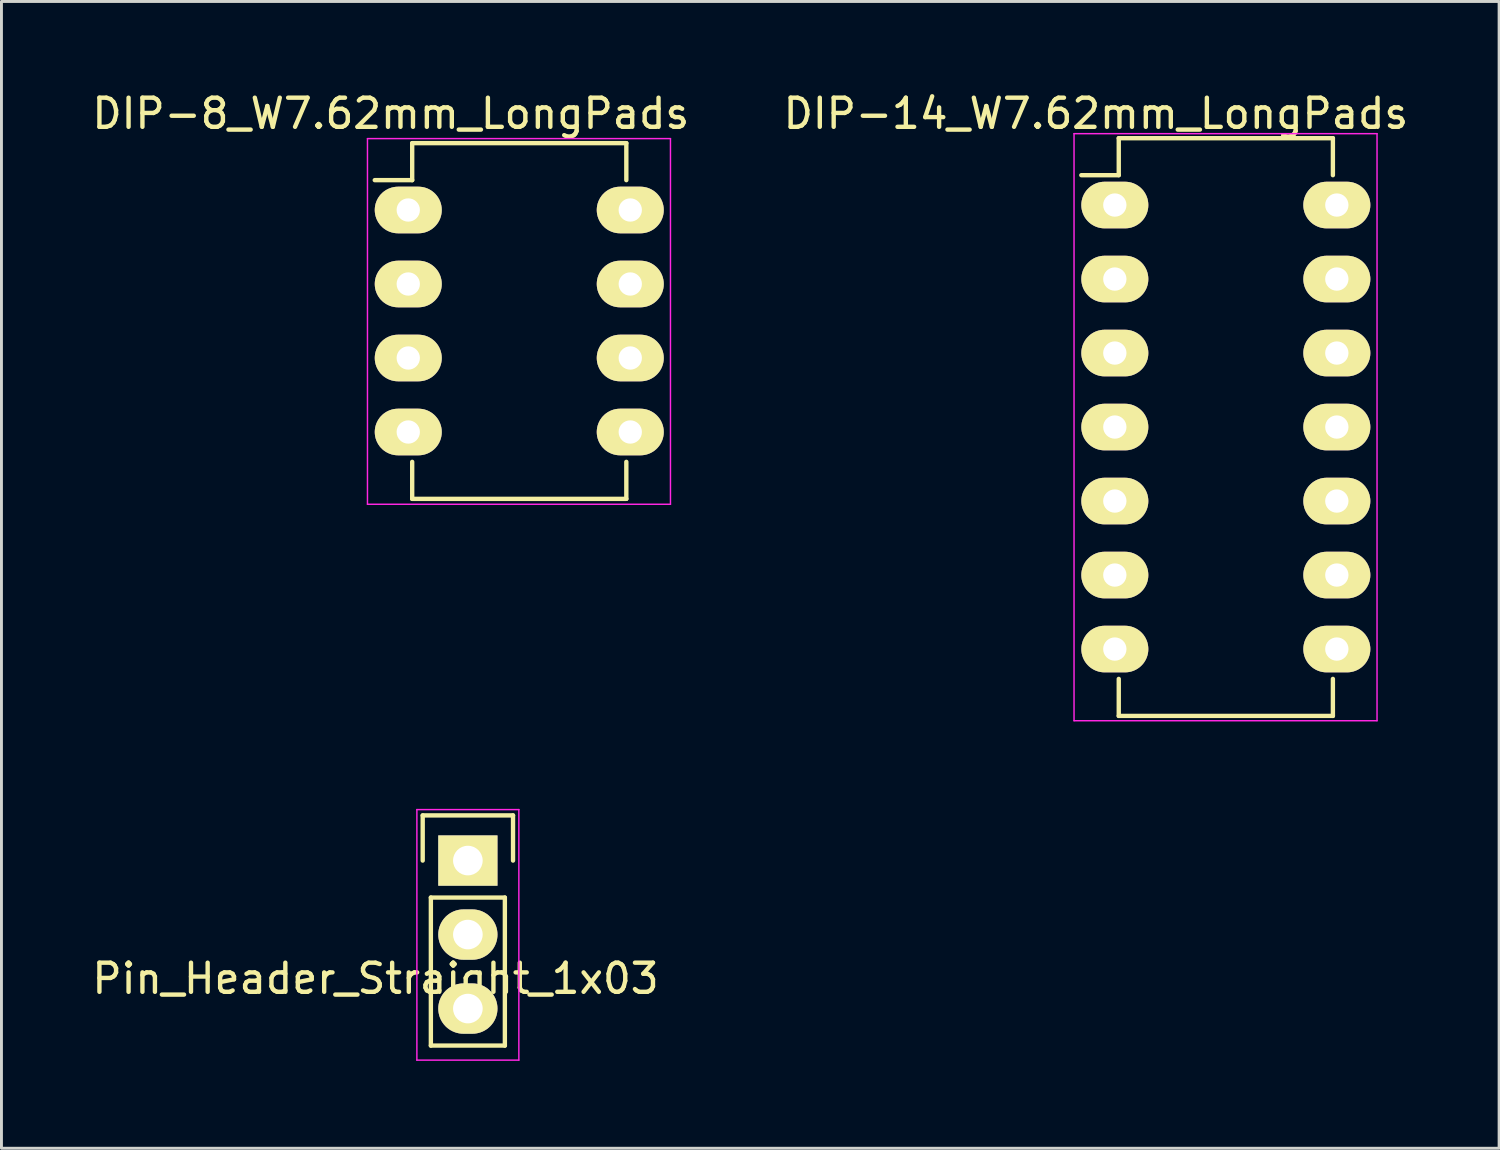
<source format=kicad_pcb>
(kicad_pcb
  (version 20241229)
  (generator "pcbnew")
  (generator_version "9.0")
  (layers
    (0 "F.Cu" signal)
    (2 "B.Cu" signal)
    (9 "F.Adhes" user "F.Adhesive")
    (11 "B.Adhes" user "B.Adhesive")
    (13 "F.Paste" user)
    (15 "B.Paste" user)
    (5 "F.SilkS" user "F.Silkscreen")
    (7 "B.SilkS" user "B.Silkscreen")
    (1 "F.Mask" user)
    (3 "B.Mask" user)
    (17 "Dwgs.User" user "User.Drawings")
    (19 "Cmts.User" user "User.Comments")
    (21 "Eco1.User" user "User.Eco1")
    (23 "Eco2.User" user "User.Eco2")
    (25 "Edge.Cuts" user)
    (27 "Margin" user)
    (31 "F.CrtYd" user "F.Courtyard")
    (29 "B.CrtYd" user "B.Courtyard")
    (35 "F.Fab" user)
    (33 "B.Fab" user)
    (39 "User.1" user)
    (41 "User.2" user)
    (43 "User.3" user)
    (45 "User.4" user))
  (footprint "Pin_Header_Straight_1x03"
    (layer "F.Cu")
    (at 13.009 26.488)
    (property "Reference" "Pin_Header_Straight_1x03" (at -3.17 4.05 0) (layer "F.SilkS") (effects (font (size 1 1) (thickness 0.15))))
    (attr through_hole)
    (fp_line (start -1.55 -1.55) (end 1.55 -1.55) (stroke (width 0.15) (type solid)) (layer "F.SilkS"))
    (fp_line (start -1.55 0) (end -1.55 -1.55) (stroke (width 0.15) (type solid)) (layer "F.SilkS"))
    (fp_line (start -1.27 1.27) (end -1.27 6.35) (stroke (width 0.15) (type solid)) (layer "F.SilkS"))
    (fp_line (start -1.27 6.35) (end 1.27 6.35) (stroke (width 0.15) (type solid)) (layer "F.SilkS"))
    (fp_line (start 1.27 1.27) (end -1.27 1.27) (stroke (width 0.15) (type solid)) (layer "F.SilkS"))
    (fp_line (start 1.27 6.35) (end 1.27 1.27) (stroke (width 0.15) (type solid)) (layer "F.SilkS"))
    (fp_line (start 1.55 -1.55) (end 1.55 0) (stroke (width 0.15) (type solid)) (layer "F.SilkS"))
    (fp_line (start -1.75 -1.75) (end -1.75 6.85) (stroke (width 0.05) (type solid)) (layer "F.CrtYd"))
    (fp_line (start -1.75 -1.75) (end 1.75 -1.75) (stroke (width 0.05) (type solid)) (layer "F.CrtYd"))
    (fp_line (start -1.75 6.85) (end 1.75 6.85) (stroke (width 0.05) (type solid)) (layer "F.CrtYd"))
    (fp_line (start 1.75 -1.75) (end 1.75 6.85) (stroke (width 0.05) (type solid)) (layer "F.CrtYd"))
    (pad "1" thru_hole rect (at 0 0) (size 2.032 1.727) (drill 1.016) (layers "*.Cu" "*.Mask" "F.SilkS"))
    (pad "2" thru_hole oval (at 0 2.54) (size 2.032 1.727) (drill 1.016) (layers "*.Cu" "*.Mask" "F.SilkS"))
    (pad "3" thru_hole oval (at 0 5.08) (size 2.032 1.727) (drill 1.016) (layers "*.Cu" "*.Mask" "F.SilkS")))
  (footprint "DIP-8_W7.62mm_LongPads"
    (layer "F.Cu")
    (at 10.963 4.158)
    (property "Reference" "DIP-8_W7.62mm_LongPads" (at -0.6 -3.31 0) (layer "F.SilkS") (effects (font (size 1 1) (thickness 0.15))))
    (attr through_hole)
    (fp_line (start 0.135 -2.295) (end 0.135 -1.025) (stroke (width 0.15) (type solid)) (layer "F.SilkS"))
    (fp_line (start 0.135 -2.295) (end 7.485 -2.295) (stroke (width 0.15) (type solid)) (layer "F.SilkS"))
    (fp_line (start 0.135 -1.025) (end -1.15 -1.025) (stroke (width 0.15) (type solid)) (layer "F.SilkS"))
    (fp_line (start 0.135 9.915) (end 0.135 8.645) (stroke (width 0.15) (type solid)) (layer "F.SilkS"))
    (fp_line (start 0.135 9.915) (end 7.485 9.915) (stroke (width 0.15) (type solid)) (layer "F.SilkS"))
    (fp_line (start 7.485 -2.295) (end 7.485 -1.025) (stroke (width 0.15) (type solid)) (layer "F.SilkS"))
    (fp_line (start 7.485 9.915) (end 7.485 8.645) (stroke (width 0.15) (type solid)) (layer "F.SilkS"))
    (fp_line (start -1.4 -2.45) (end -1.4 10.1) (stroke (width 0.05) (type solid)) (layer "F.CrtYd"))
    (fp_line (start -1.4 -2.45) (end 9 -2.45) (stroke (width 0.05) (type solid)) (layer "F.CrtYd"))
    (fp_line (start -1.4 10.1) (end 9 10.1) (stroke (width 0.05) (type solid)) (layer "F.CrtYd"))
    (fp_line (start 9 -2.45) (end 9 10.1) (stroke (width 0.05) (type solid)) (layer "F.CrtYd"))
    (pad "1" thru_hole oval (at 0 0) (size 2.3 1.6) (drill 0.8) (layers "*.Cu" "*.Mask" "F.SilkS"))
    (pad "2" thru_hole oval (at 0 2.54) (size 2.3 1.6) (drill 0.8) (layers "*.Cu" "*.Mask" "F.SilkS"))
    (pad "3" thru_hole oval (at 0 5.08) (size 2.3 1.6) (drill 0.8) (layers "*.Cu" "*.Mask" "F.SilkS"))
    (pad "4" thru_hole oval (at 0 7.62) (size 2.3 1.6) (drill 0.8) (layers "*.Cu" "*.Mask" "F.SilkS"))
    (pad "5" thru_hole oval (at 7.62 7.62) (size 2.3 1.6) (drill 0.8) (layers "*.Cu" "*.Mask" "F.SilkS"))
    (pad "6" thru_hole oval (at 7.62 5.08) (size 2.3 1.6) (drill 0.8) (layers "*.Cu" "*.Mask" "F.SilkS"))
    (pad "7" thru_hole oval (at 7.62 2.54) (size 2.3 1.6) (drill 0.8) (layers "*.Cu" "*.Mask" "F.SilkS"))
    (pad "8" thru_hole oval (at 7.62 0) (size 2.3 1.6) (drill 0.8) (layers "*.Cu" "*.Mask" "F.SilkS")))
  (footprint "DIP-14_W7.62mm_LongPads"
    (layer "F.Cu")
    (at 35.215 3.988)
    (property "Reference" "DIP-14_W7.62mm_LongPads" (at -0.65 -3.14 0) (layer "F.SilkS") (effects (font (size 1 1) (thickness 0.15))))
    (attr through_hole)
    (fp_line (start 0.135 -2.295) (end 0.135 -1.025) (stroke (width 0.15) (type solid)) (layer "F.SilkS"))
    (fp_line (start 0.135 -2.295) (end 7.485 -2.295) (stroke (width 0.15) (type solid)) (layer "F.SilkS"))
    (fp_line (start 0.135 -1.025) (end -1.15 -1.025) (stroke (width 0.15) (type solid)) (layer "F.SilkS"))
    (fp_line (start 0.135 17.535) (end 0.135 16.265) (stroke (width 0.15) (type solid)) (layer "F.SilkS"))
    (fp_line (start 0.135 17.535) (end 7.485 17.535) (stroke (width 0.15) (type solid)) (layer "F.SilkS"))
    (fp_line (start 7.485 -2.295) (end 7.485 -1.025) (stroke (width 0.15) (type solid)) (layer "F.SilkS"))
    (fp_line (start 7.485 17.535) (end 7.485 16.265) (stroke (width 0.15) (type solid)) (layer "F.SilkS"))
    (fp_line (start -1.4 -2.45) (end -1.4 17.7) (stroke (width 0.05) (type solid)) (layer "F.CrtYd"))
    (fp_line (start -1.4 -2.45) (end 9 -2.45) (stroke (width 0.05) (type solid)) (layer "F.CrtYd"))
    (fp_line (start -1.4 17.7) (end 9 17.7) (stroke (width 0.05) (type solid)) (layer "F.CrtYd"))
    (fp_line (start 9 -2.45) (end 9 17.7) (stroke (width 0.05) (type solid)) (layer "F.CrtYd"))
    (pad "1" thru_hole oval (at 0 0) (size 2.3 1.6) (drill 0.8) (layers "*.Cu" "*.Mask" "F.SilkS"))
    (pad "2" thru_hole oval (at 0 2.54) (size 2.3 1.6) (drill 0.8) (layers "*.Cu" "*.Mask" "F.SilkS"))
    (pad "3" thru_hole oval (at 0 5.08) (size 2.3 1.6) (drill 0.8) (layers "*.Cu" "*.Mask" "F.SilkS"))
    (pad "4" thru_hole oval (at 0 7.62) (size 2.3 1.6) (drill 0.8) (layers "*.Cu" "*.Mask" "F.SilkS"))
    (pad "5" thru_hole oval (at 0 10.16) (size 2.3 1.6) (drill 0.8) (layers "*.Cu" "*.Mask" "F.SilkS"))
    (pad "6" thru_hole oval (at 0 12.7) (size 2.3 1.6) (drill 0.8) (layers "*.Cu" "*.Mask" "F.SilkS"))
    (pad "7" thru_hole oval (at 0 15.24) (size 2.3 1.6) (drill 0.8) (layers "*.Cu" "*.Mask" "F.SilkS"))
    (pad "8" thru_hole oval (at 7.62 15.24) (size 2.3 1.6) (drill 0.8) (layers "*.Cu" "*.Mask" "F.SilkS"))
    (pad "9" thru_hole oval (at 7.62 12.7) (size 2.3 1.6) (drill 0.8) (layers "*.Cu" "*.Mask" "F.SilkS"))
    (pad "10" thru_hole oval (at 7.62 10.16) (size 2.3 1.6) (drill 0.8) (layers "*.Cu" "*.Mask" "F.SilkS"))
    (pad "11" thru_hole oval (at 7.62 7.62) (size 2.3 1.6) (drill 0.8) (layers "*.Cu" "*.Mask" "F.SilkS"))
    (pad "12" thru_hole oval (at 7.62 5.08) (size 2.3 1.6) (drill 0.8) (layers "*.Cu" "*.Mask" "F.SilkS"))
    (pad "13" thru_hole oval (at 7.62 2.54) (size 2.3 1.6) (drill 0.8) (layers "*.Cu" "*.Mask" "F.SilkS"))
    (pad "14" thru_hole oval (at 7.62 0) (size 2.3 1.6) (drill 0.8) (layers "*.Cu" "*.Mask" "F.SilkS")))
  (gr_rect
    (start -3 -3)
    (end 48.405 36.363)
    (stroke (width 0.1) (type default))
    (fill no)
    (layer "Edge.Cuts")))
</source>
